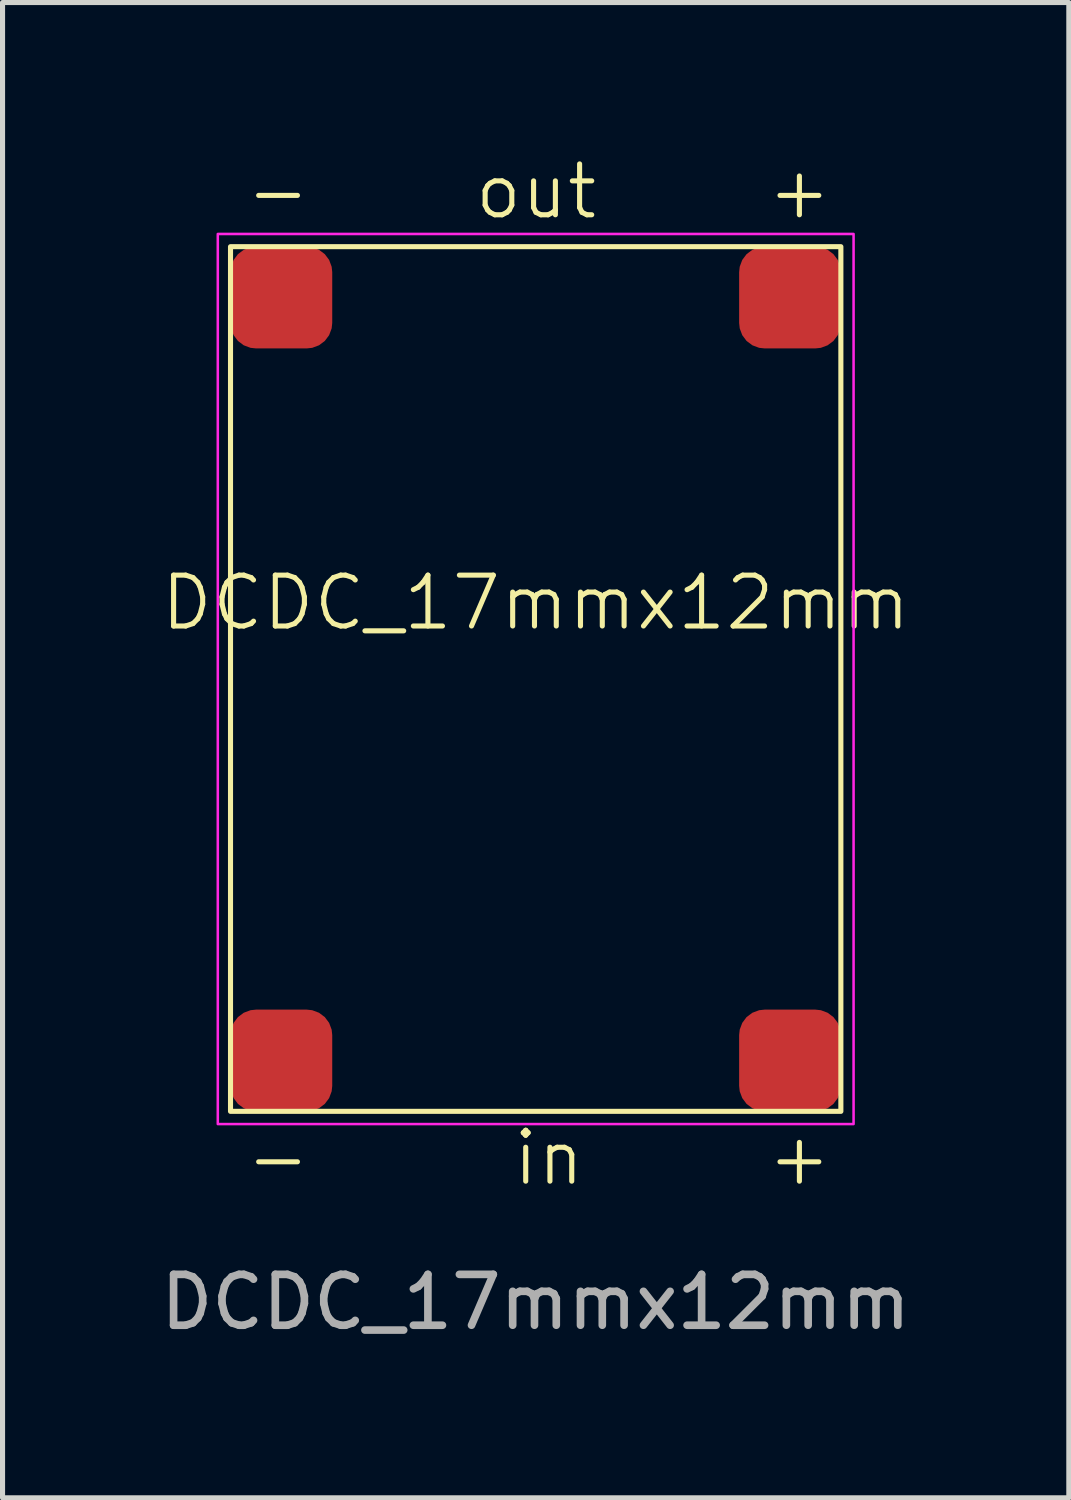
<source format=kicad_pcb>
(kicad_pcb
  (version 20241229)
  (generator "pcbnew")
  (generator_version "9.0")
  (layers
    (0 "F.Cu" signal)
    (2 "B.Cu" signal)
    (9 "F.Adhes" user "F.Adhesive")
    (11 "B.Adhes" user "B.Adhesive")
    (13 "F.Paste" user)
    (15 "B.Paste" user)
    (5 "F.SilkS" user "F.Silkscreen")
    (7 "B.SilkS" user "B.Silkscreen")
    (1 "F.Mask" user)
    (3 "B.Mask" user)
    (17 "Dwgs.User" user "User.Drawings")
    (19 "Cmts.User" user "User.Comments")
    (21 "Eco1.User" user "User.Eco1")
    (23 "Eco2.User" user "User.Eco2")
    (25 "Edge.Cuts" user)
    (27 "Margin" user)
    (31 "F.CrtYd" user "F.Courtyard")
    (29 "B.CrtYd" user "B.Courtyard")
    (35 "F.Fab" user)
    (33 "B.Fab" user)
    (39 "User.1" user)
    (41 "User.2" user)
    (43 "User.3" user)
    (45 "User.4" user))
  (footprint "DCDC_17mmx12mm"
    (layer "F.Cu")
    (at 7.482 10.55)
    (property "Reference" "DCDC_17mmx12mm" (at 0 -1.75 0) (unlocked yes) (layer "F.SilkS") (effects (font (size 1 1) (thickness 0.1))))
    (attr smd)
    (fp_rect (start -6 -8.75) (end 6 8.25) (stroke (width 0.1) (type default)) (fill no) (layer "F.SilkS"))
    (fp_rect (start -6.25 -9) (end 6.25 8.5) (stroke (width 0.05) (type default)) (fill no) (layer "F.CrtYd"))
    (fp_text user "out" (at -1.25 -9.25 0) (unlocked yes) (layer "F.SilkS") (effects (font (size 1 1) (thickness 0.1)) (justify left bottom)))
    (fp_text user "in" (at -0.5 9.75 0) (unlocked yes) (layer "F.SilkS") (effects (font (size 1 1) (thickness 0.1)) (justify left bottom)))
    (fp_text user "-" (at -5.75 -9.25 0) (unlocked yes) (layer "F.SilkS") (effects (font (size 1 1) (thickness 0.1)) (justify left bottom)))
    (fp_text user "+" (at 4.5 -9.25 0) (unlocked yes) (layer "F.SilkS") (effects (font (size 1 1) (thickness 0.1)) (justify left bottom)))
    (fp_text user "+" (at 4.5 9.75 0) (unlocked yes) (layer "F.SilkS") (effects (font (size 1 1) (thickness 0.1)) (justify left bottom)))
    (fp_text user "-" (at -5.75 9.75 0) (unlocked yes) (layer "F.SilkS") (effects (font (size 1 1) (thickness 0.1)) (justify left bottom)))
    (fp_text user "${REFERENCE}" (at 0 12 0) (unlocked yes) (layer "F.Fab") (effects (font (size 1 1) (thickness 0.15))))
    (pad "1" smd roundrect (at -5 7.25) (size 2 2) (layers "F.Cu" "F.Mask" "F.Paste") (roundrect_rratio 0.25))
    (pad "2" smd roundrect (at 5 7.25) (size 2 2) (layers "F.Cu" "F.Mask" "F.Paste") (roundrect_rratio 0.25))
    (pad "3" smd roundrect (at -5 -7.75) (size 2 2) (layers "F.Cu" "F.Mask" "F.Paste") (roundrect_rratio 0.25))
    (pad "4" smd roundrect (at 5 -7.75) (size 2 2) (layers "F.Cu" "F.Mask" "F.Paste") (roundrect_rratio 0.25)))
  (gr_rect
    (start -3 -3)
    (end 17.964 26.398)
    (stroke (width 0.1) (type default))
    (fill no)
    (layer "Edge.Cuts")))
</source>
